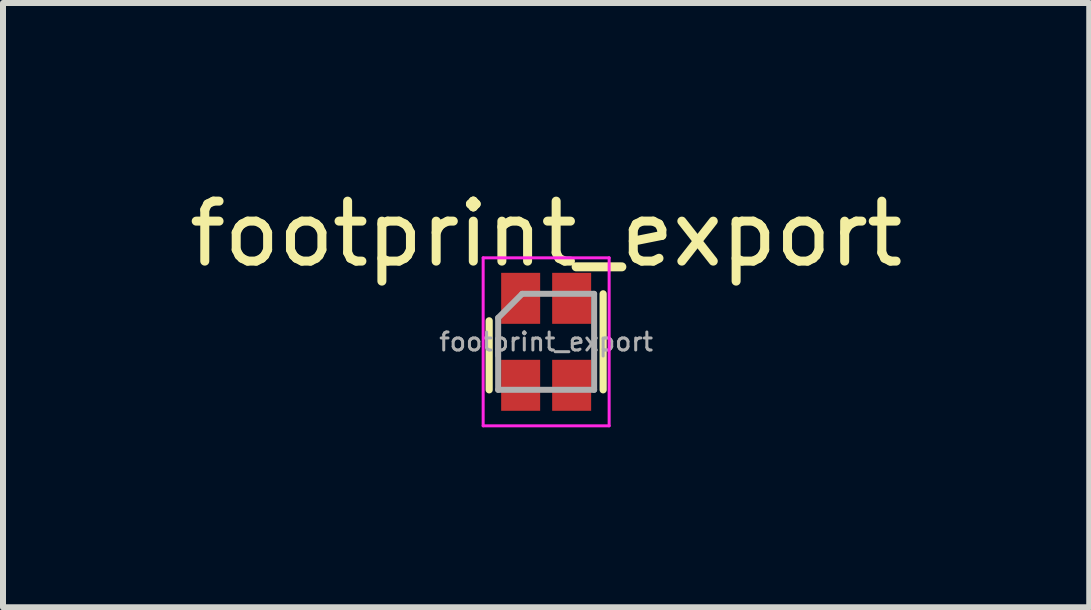
<source format=kicad_pcb>
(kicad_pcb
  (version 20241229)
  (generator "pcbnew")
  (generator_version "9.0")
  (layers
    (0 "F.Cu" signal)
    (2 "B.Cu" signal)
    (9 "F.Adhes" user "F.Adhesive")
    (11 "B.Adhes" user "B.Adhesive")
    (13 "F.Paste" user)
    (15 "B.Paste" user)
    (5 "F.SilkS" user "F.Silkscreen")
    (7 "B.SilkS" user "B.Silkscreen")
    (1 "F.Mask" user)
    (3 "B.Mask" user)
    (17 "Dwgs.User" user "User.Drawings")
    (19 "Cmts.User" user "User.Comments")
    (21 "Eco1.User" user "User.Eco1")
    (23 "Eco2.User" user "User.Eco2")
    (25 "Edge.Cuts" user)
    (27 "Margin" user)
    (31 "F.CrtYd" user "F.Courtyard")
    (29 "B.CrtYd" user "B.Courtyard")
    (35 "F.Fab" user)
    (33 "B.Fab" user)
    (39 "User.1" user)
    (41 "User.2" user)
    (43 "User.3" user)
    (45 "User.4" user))
  (footprint "footprint_export"
    (layer "F.Cu")
    (at 6.054 2.648)
    (property "Reference" "footprint_export" (at 0 -1.8 0) (layer "F.SilkS") (effects (font (size 1 1) (thickness 0.15))))
    (attr smd)
    (fp_line (start -0.95 -0.35) (end -0.95 0.8) (stroke (width 0.12) (type solid)) (layer "F.SilkS"))
    (fp_line (start 0.95 -0.8) (end 0.95 0.8) (stroke (width 0.12) (type solid)) (layer "F.SilkS"))
    (fp_line (start -1.05 -1.4) (end 1.05 -1.4) (stroke (width 0.05) (type solid)) (layer "F.CrtYd"))
    (fp_line (start -1.05 1.4) (end -1.05 -1.4) (stroke (width 0.05) (type solid)) (layer "F.CrtYd"))
    (fp_line (start 1.05 -1.4) (end 1.05 1.4) (stroke (width 0.05) (type solid)) (layer "F.CrtYd"))
    (fp_line (start 1.05 1.4) (end -1.05 1.4) (stroke (width 0.05) (type solid)) (layer "F.CrtYd"))
    (fp_line (start -0.8 -0.4) (end -0.8 0.8) (stroke (width 0.1) (type solid)) (layer "F.Fab"))
    (fp_line (start -0.8 0.8) (end 0.8 0.8) (stroke (width 0.1) (type solid)) (layer "F.Fab"))
    (fp_line (start -0.4 -0.8) (end -0.8 -0.4) (stroke (width 0.1) (type solid)) (layer "F.Fab"))
    (fp_line (start 0.8 -0.8) (end -0.4 -0.8) (stroke (width 0.1) (type solid)) (layer "F.Fab"))
    (fp_line (start 0.8 0.8) (end 0.8 -0.8) (stroke (width 0.1) (type solid)) (layer "F.Fab"))
    (fp_text user "${REFERENCE}" (at 0 0 0) (layer "F.Fab") (effects (font (size 0.3 0.3) (thickness 0.05))))
    (pad "1" smd rect (at -0.425 -0.725) (size 0.65 0.85) (layers "F.Cu" "F.Mask" "F.Paste"))
    (pad "2" smd rect (at 0.425 -0.725) (size 0.65 0.85) (layers "F.Cu" "F.Mask" "F.Paste"))
    (pad "3" smd rect (at 0.425 0.725) (size 0.65 0.85) (layers "F.Cu" "F.Mask" "F.Paste"))
    (pad "4" smd rect (at -0.425 0.725) (size 0.65 0.85) (layers "F.Cu" "F.Mask" "F.Paste")))
  (gr_rect
    (start -3 -3)
    (end 15.107 7.073)
    (stroke (width 0.1) (type default))
    (fill no)
    (layer "Edge.Cuts")))
</source>
